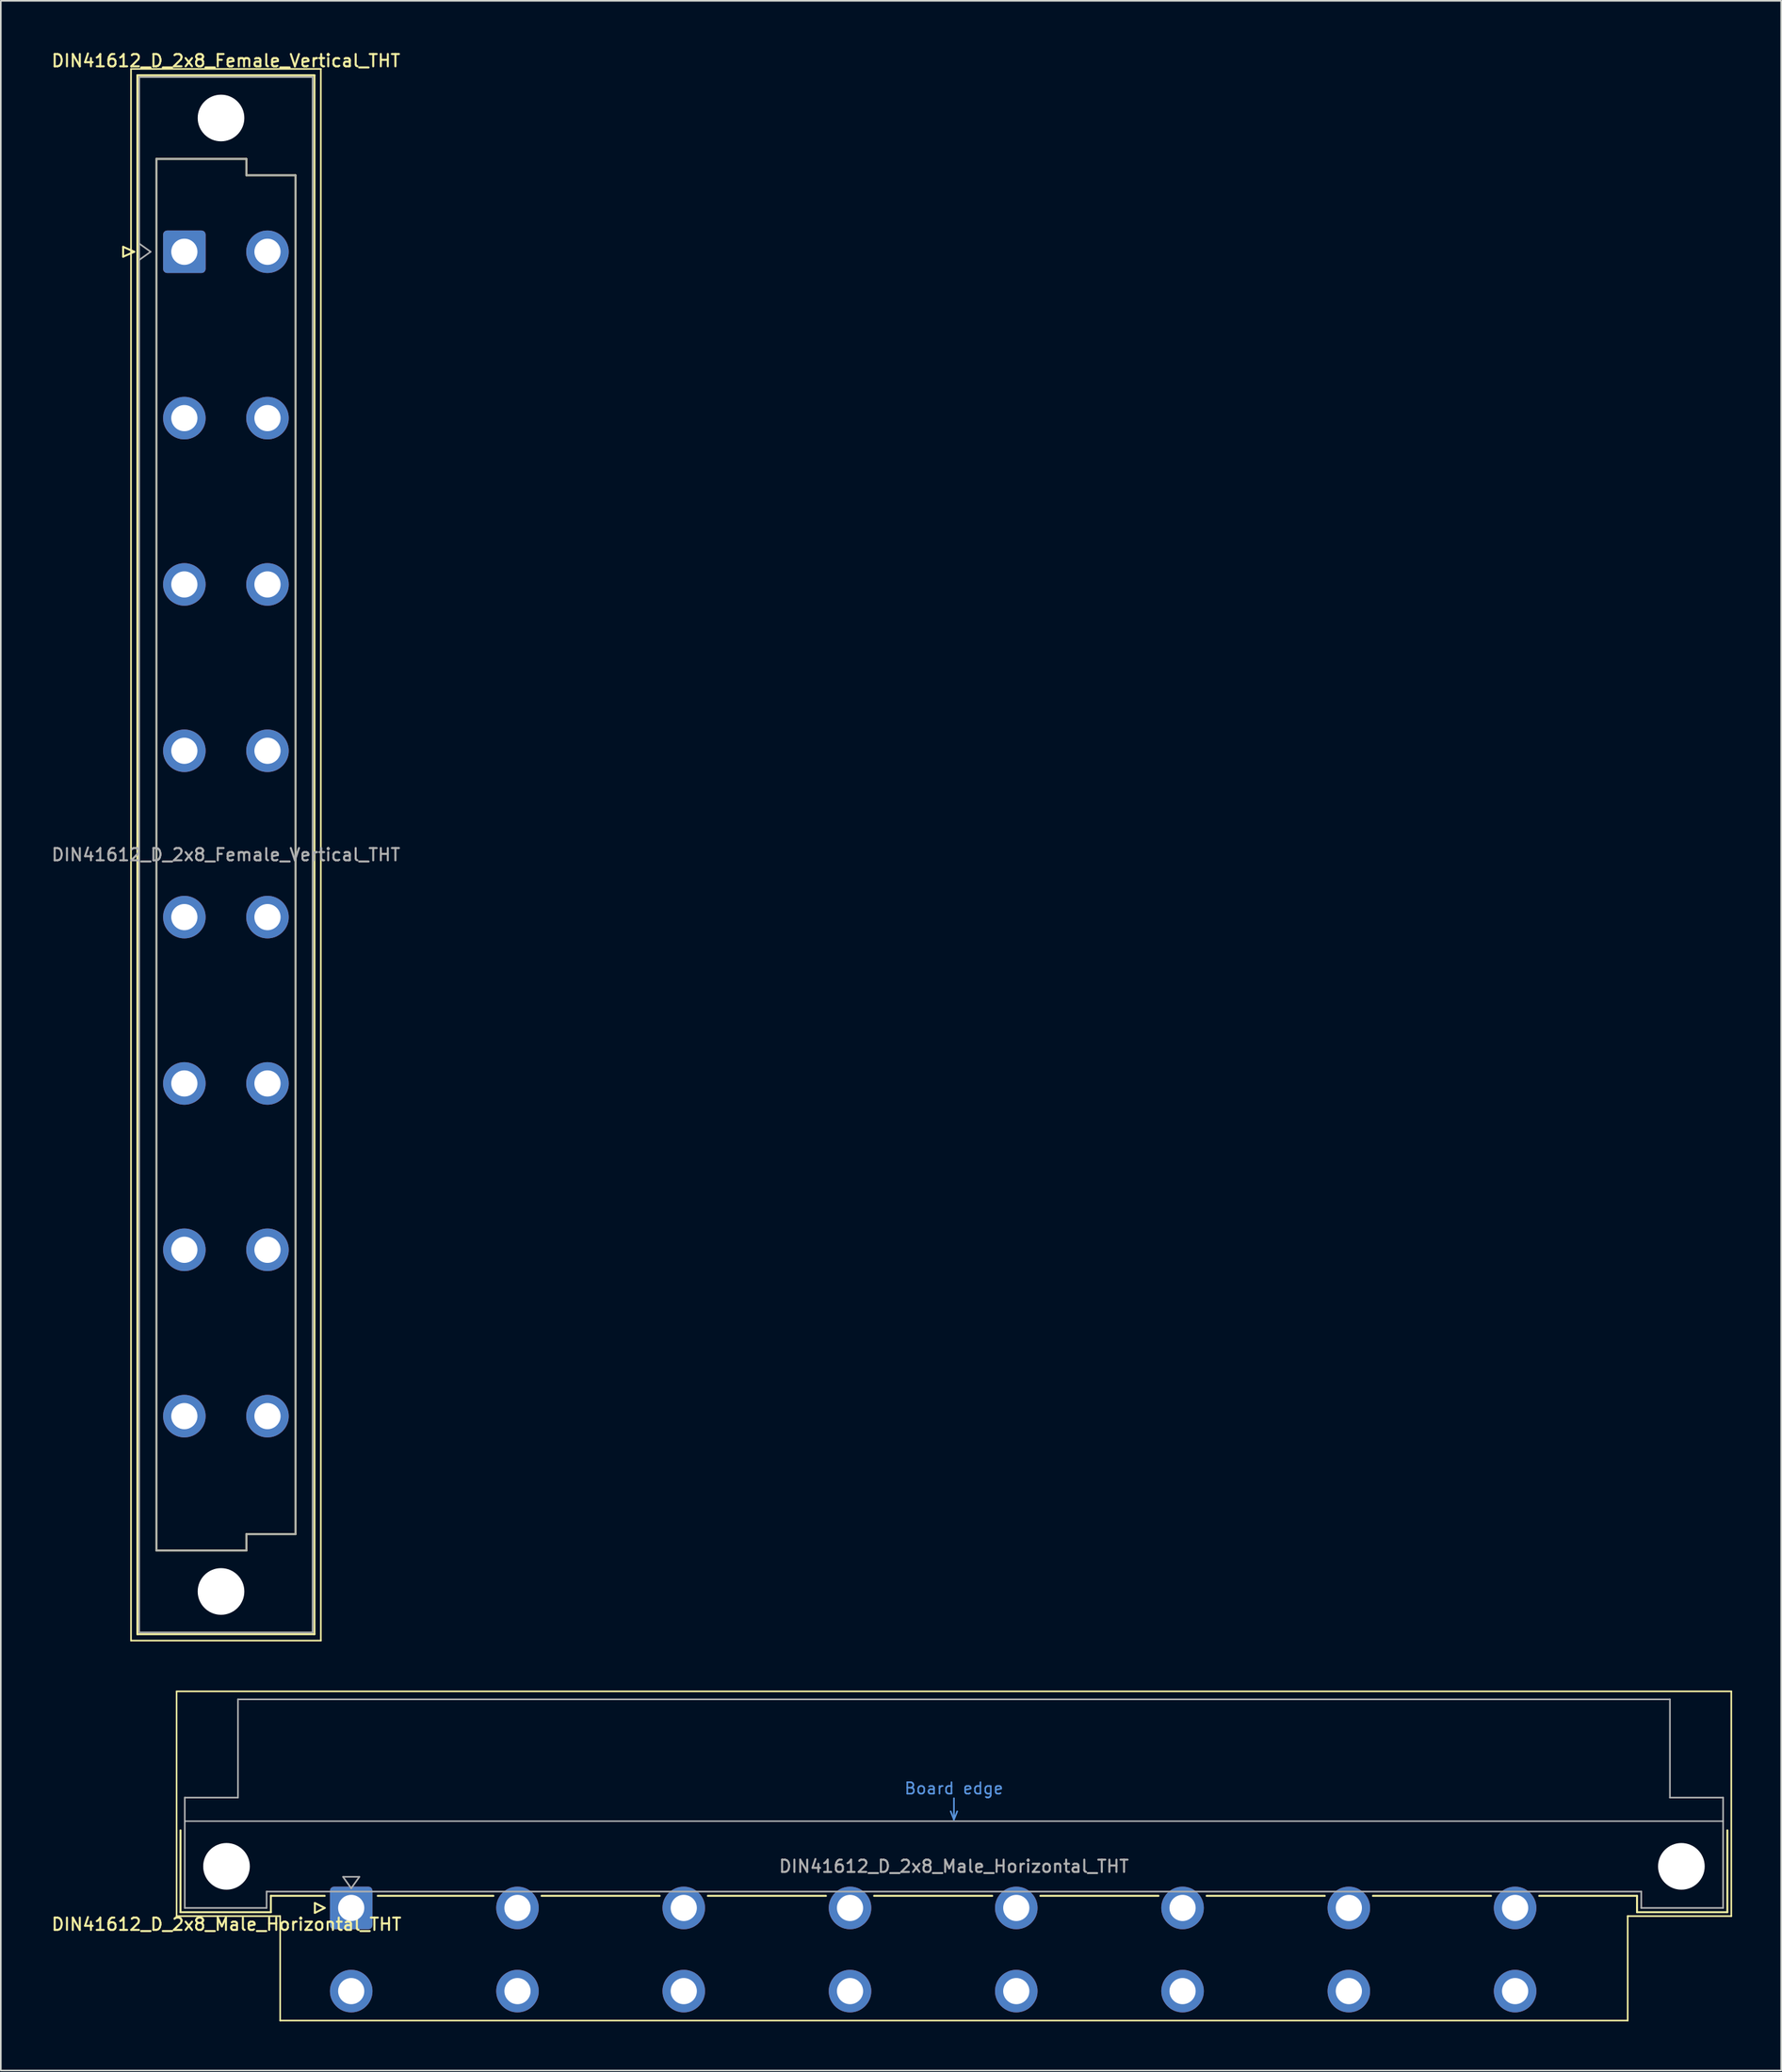
<source format=kicad_pcb>
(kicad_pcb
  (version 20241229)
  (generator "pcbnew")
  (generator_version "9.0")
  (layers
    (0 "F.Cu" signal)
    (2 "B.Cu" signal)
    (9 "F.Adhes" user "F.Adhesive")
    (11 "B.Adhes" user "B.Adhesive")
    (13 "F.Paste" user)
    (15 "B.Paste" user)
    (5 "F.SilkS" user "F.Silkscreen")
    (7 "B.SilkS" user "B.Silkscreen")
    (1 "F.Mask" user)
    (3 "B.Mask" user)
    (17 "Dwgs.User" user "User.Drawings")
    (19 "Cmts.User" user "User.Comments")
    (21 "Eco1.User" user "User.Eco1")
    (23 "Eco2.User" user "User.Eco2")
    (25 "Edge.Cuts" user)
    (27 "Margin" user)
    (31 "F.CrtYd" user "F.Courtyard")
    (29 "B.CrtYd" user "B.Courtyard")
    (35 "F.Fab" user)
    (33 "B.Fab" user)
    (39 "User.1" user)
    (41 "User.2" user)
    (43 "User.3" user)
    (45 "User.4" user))
  (footprint "DIN41612_D_2x8_Male_Horizontal_THT"
    (layer "F.Cu")
    (at 15.871 113.488)
    (property "Reference" "DIN41612_D_2x8_Male_Horizontal_THT" (at -5.08 1 0) (layer "F.SilkS") (effects (font (size 0.75 0.75) (thickness 0.125))))
    (attr through_hole)
    (fp_line (start -8.13 -13.23) (end -8.13 0.5) (stroke (width 0.1) (type solid)) (layer "F.SilkS"))
    (fp_line (start -8.13 0.5) (end -1.8 0.5) (stroke (width 0.1) (type solid)) (layer "F.SilkS"))
    (fp_line (start -7.89 -4.74) (end -7.89 0.26) (stroke (width 0.12) (type solid)) (layer "F.SilkS"))
    (fp_line (start -7.89 0.26) (end -2.37 0.26) (stroke (width 0.12) (type solid)) (layer "F.SilkS"))
    (fp_line (start -2.371 -0.74) (end 0.92 -0.74) (stroke (width 0.12) (type solid)) (layer "F.SilkS"))
    (fp_line (start -2.37 0.26) (end -2.37 -0.74) (stroke (width 0.12) (type solid)) (layer "F.SilkS"))
    (fp_line (start -1.8 0.5) (end -1.8 6.88) (stroke (width 0.1) (type solid)) (layer "F.SilkS"))
    (fp_line (start -1.8 6.88) (end 80.54 6.88) (stroke (width 0.1) (type solid)) (layer "F.SilkS"))
    (fp_line (start 0.32 -0.3) (end 0.32 0.3) (stroke (width 0.12) (type solid)) (layer "F.SilkS"))
    (fp_line (start 0.32 0.3) (end 0.92 0) (stroke (width 0.12) (type solid)) (layer "F.SilkS"))
    (fp_line (start 0.92 0) (end 0.32 -0.3) (stroke (width 0.12) (type solid)) (layer "F.SilkS"))
    (fp_line (start 4.16 -0.74) (end 11.229 -0.74) (stroke (width 0.12) (type solid)) (layer "F.SilkS"))
    (fp_line (start 14.172 -0.74) (end 21.389 -0.74) (stroke (width 0.12) (type solid)) (layer "F.SilkS"))
    (fp_line (start 24.332 -0.74) (end 31.549 -0.74) (stroke (width 0.12) (type solid)) (layer "F.SilkS"))
    (fp_line (start 34.492 -0.74) (end 41.709 -0.74) (stroke (width 0.12) (type solid)) (layer "F.SilkS"))
    (fp_line (start 44.652 -0.74) (end 51.869 -0.74) (stroke (width 0.12) (type solid)) (layer "F.SilkS"))
    (fp_line (start 54.812 -0.74) (end 62.029 -0.74) (stroke (width 0.12) (type solid)) (layer "F.SilkS"))
    (fp_line (start 64.972 -0.74) (end 72.189 -0.74) (stroke (width 0.12) (type solid)) (layer "F.SilkS"))
    (fp_line (start 75.132 -0.74) (end 81.11 -0.74) (stroke (width 0.12) (type solid)) (layer "F.SilkS"))
    (fp_line (start 80.54 0.5) (end 86.87 0.5) (stroke (width 0.1) (type solid)) (layer "F.SilkS"))
    (fp_line (start 80.54 6.88) (end 80.54 0.5) (stroke (width 0.1) (type solid)) (layer "F.SilkS"))
    (fp_line (start 81.11 0.26) (end 81.11 -0.74) (stroke (width 0.12) (type solid)) (layer "F.SilkS"))
    (fp_line (start 86.63 -4.74) (end 86.63 0.26) (stroke (width 0.12) (type solid)) (layer "F.SilkS"))
    (fp_line (start 86.63 0.26) (end 81.11 0.26) (stroke (width 0.12) (type solid)) (layer "F.SilkS"))
    (fp_line (start 86.87 -13.23) (end -8.13 -13.23) (stroke (width 0.1) (type solid)) (layer "F.SilkS"))
    (fp_line (start 86.87 0.5) (end 86.87 -13.23) (stroke (width 0.1) (type solid)) (layer "F.SilkS"))
    (fp_line (start -7.63 -5.3) (end 86.37 -5.3) (stroke (width 0.08) (type solid)) (layer "Dwgs.User"))
    (fp_line (start 39.17 -5.9) (end 39.37 -5.4) (stroke (width 0.1) (type solid)) (layer "Cmts.User"))
    (fp_line (start 39.37 -5.4) (end 39.37 -6.7) (stroke (width 0.1) (type solid)) (layer "Cmts.User"))
    (fp_line (start 39.37 -5.4) (end 39.57 -5.9) (stroke (width 0.1) (type solid)) (layer "Cmts.User"))
    (fp_line (start -7.63 -6.74) (end -7.63 0) (stroke (width 0.1) (type solid)) (layer "F.Fab"))
    (fp_line (start -7.63 0) (end -2.63 0) (stroke (width 0.1) (type solid)) (layer "F.Fab"))
    (fp_line (start -4.38 -12.74) (end -4.38 -6.74) (stroke (width 0.1) (type solid)) (layer "F.Fab"))
    (fp_line (start -4.38 -6.74) (end -7.63 -6.74) (stroke (width 0.1) (type solid)) (layer "F.Fab"))
    (fp_line (start -2.63 -1) (end 81.37 -1) (stroke (width 0.1) (type solid)) (layer "F.Fab"))
    (fp_line (start -2.63 0) (end -2.63 -1) (stroke (width 0.1) (type solid)) (layer "F.Fab"))
    (fp_line (start 2.04 -1.9) (end 3.04 -1.9) (stroke (width 0.1) (type solid)) (layer "F.Fab"))
    (fp_line (start 2.54 -1.2) (end 2.04 -1.9) (stroke (width 0.1) (type solid)) (layer "F.Fab"))
    (fp_line (start 3.04 -1.9) (end 2.54 -1.2) (stroke (width 0.1) (type solid)) (layer "F.Fab"))
    (fp_line (start 81.37 -1) (end 81.37 0) (stroke (width 0.1) (type solid)) (layer "F.Fab"))
    (fp_line (start 81.37 0) (end 86.37 0) (stroke (width 0.1) (type solid)) (layer "F.Fab"))
    (fp_line (start 83.12 -12.74) (end -4.38 -12.74) (stroke (width 0.1) (type solid)) (layer "F.Fab"))
    (fp_line (start 83.12 -6.74) (end 83.12 -12.74) (stroke (width 0.1) (type solid)) (layer "F.Fab"))
    (fp_line (start 86.37 -6.74) (end 83.12 -6.74) (stroke (width 0.1) (type solid)) (layer "F.Fab"))
    (fp_line (start 86.37 0) (end 86.37 -6.74) (stroke (width 0.1) (type solid)) (layer "F.Fab"))
    (fp_text user "Board edge" (at 39.37 -7.3 0) (layer "Cmts.User") (effects (font (size 0.7 0.7) (thickness 0.1))))
    (fp_text user "${REFERENCE}" (at 39.37 -2.54 0) (layer "F.Fab") (effects (font (size 0.75 0.75) (thickness 0.125))))
    (pad "" np_thru_hole circle (at -5.08 -2.54) (size 2.85 2.85) (drill 2.85) (layers "*.Cu" "*.Mask"))
    (pad "" np_thru_hole circle (at 83.82 -2.54) (size 2.85 2.85) (drill 2.85) (layers "*.Cu" "*.Mask"))
    (pad "a2" thru_hole roundrect (at 2.54 0) (size 2.6 2.6) (drill 1.6) (layers "*.Cu" "*.Mask") (roundrect_rratio 0.096))
    (pad "a6" thru_hole circle (at 12.7 0) (size 2.6 2.6) (drill 1.6) (layers "*.Cu" "*.Mask"))
    (pad "a10" thru_hole circle (at 22.86 0) (size 2.6 2.6) (drill 1.6) (layers "*.Cu" "*.Mask"))
    (pad "a14" thru_hole circle (at 33.02 0) (size 2.6 2.6) (drill 1.6) (layers "*.Cu" "*.Mask"))
    (pad "a18" thru_hole circle (at 43.18 0) (size 2.6 2.6) (drill 1.6) (layers "*.Cu" "*.Mask"))
    (pad "a22" thru_hole circle (at 53.34 0) (size 2.6 2.6) (drill 1.6) (layers "*.Cu" "*.Mask"))
    (pad "a26" thru_hole circle (at 63.5 0) (size 2.6 2.6) (drill 1.6) (layers "*.Cu" "*.Mask"))
    (pad "a30" thru_hole circle (at 73.66 0) (size 2.6 2.6) (drill 1.6) (layers "*.Cu" "*.Mask"))
    (pad "c2" thru_hole circle (at 2.54 5.08) (size 2.6 2.6) (drill 1.6) (layers "*.Cu" "*.Mask"))
    (pad "c6" thru_hole circle (at 12.7 5.08) (size 2.6 2.6) (drill 1.6) (layers "*.Cu" "*.Mask"))
    (pad "c10" thru_hole circle (at 22.86 5.08) (size 2.6 2.6) (drill 1.6) (layers "*.Cu" "*.Mask"))
    (pad "c14" thru_hole circle (at 33.02 5.08) (size 2.6 2.6) (drill 1.6) (layers "*.Cu" "*.Mask"))
    (pad "c18" thru_hole circle (at 43.18 5.08) (size 2.6 2.6) (drill 1.6) (layers "*.Cu" "*.Mask"))
    (pad "c22" thru_hole circle (at 53.34 5.08) (size 2.6 2.6) (drill 1.6) (layers "*.Cu" "*.Mask"))
    (pad "c26" thru_hole circle (at 63.5 5.08) (size 2.6 2.6) (drill 1.6) (layers "*.Cu" "*.Mask"))
    (pad "c30" thru_hole circle (at 73.66 5.08) (size 2.6 2.6) (drill 1.6) (layers "*.Cu" "*.Mask")))
  (footprint "DIN41612_D_2x8_Female_Vertical_THT"
    (layer "F.Cu")
    (at 8.215 9.788)
    (property "Reference" "DIN41612_D_2x8_Female_Vertical_THT" (at 2.54 -9.13 0) (layer "F.SilkS") (effects (font (size 0.75 0.75) (thickness 0.125))))
    (attr through_hole)
    (fp_line (start -3.74 2.24) (end -3.74 2.84) (stroke (width 0.12) (type solid)) (layer "F.SilkS"))
    (fp_line (start -3.74 2.84) (end -3.06 2.54) (stroke (width 0.12) (type solid)) (layer "F.SilkS"))
    (fp_line (start -3.26 -8.63) (end 8.34 -8.63) (stroke (width 0.1) (type solid)) (layer "F.SilkS"))
    (fp_line (start -3.26 87.37) (end -3.26 -8.63) (stroke (width 0.1) (type solid)) (layer "F.SilkS"))
    (fp_line (start -3.06 2.54) (end -3.74 2.24) (stroke (width 0.12) (type solid)) (layer "F.SilkS"))
    (fp_line (start -2.87 -8.24) (end 7.95 -8.24) (stroke (width 0.12) (type solid)) (layer "F.SilkS"))
    (fp_line (start -2.87 86.98) (end -2.87 -8.24) (stroke (width 0.12) (type solid)) (layer "F.SilkS"))
    (fp_line (start -1.71 -3.131) (end 3.79 -3.131) (stroke (width 0.12) (type solid)) (layer "F.SilkS"))
    (fp_line (start -1.71 81.87) (end -1.71 -3.131) (stroke (width 0.12) (type solid)) (layer "F.SilkS"))
    (fp_line (start 3.79 -3.131) (end 3.79 -2.131) (stroke (width 0.12) (type solid)) (layer "F.SilkS"))
    (fp_line (start 3.79 -2.131) (end 6.79 -2.131) (stroke (width 0.12) (type solid)) (layer "F.SilkS"))
    (fp_line (start 3.79 80.87) (end 3.79 81.87) (stroke (width 0.12) (type solid)) (layer "F.SilkS"))
    (fp_line (start 3.79 81.87) (end -1.71 81.87) (stroke (width 0.12) (type solid)) (layer "F.SilkS"))
    (fp_line (start 6.79 -2.131) (end 6.79 80.87) (stroke (width 0.12) (type solid)) (layer "F.SilkS"))
    (fp_line (start 6.79 80.87) (end 3.79 80.87) (stroke (width 0.12) (type solid)) (layer "F.SilkS"))
    (fp_line (start 7.95 -8.24) (end 7.95 86.98) (stroke (width 0.12) (type solid)) (layer "F.SilkS"))
    (fp_line (start 7.95 86.98) (end -2.87 86.98) (stroke (width 0.12) (type solid)) (layer "F.SilkS"))
    (fp_line (start 8.34 -8.63) (end 8.34 87.37) (stroke (width 0.1) (type solid)) (layer "F.SilkS"))
    (fp_line (start 8.34 87.37) (end -3.26 87.37) (stroke (width 0.1) (type solid)) (layer "F.SilkS"))
    (fp_line (start -2.76 -8.13) (end 7.84 -8.13) (stroke (width 0.1) (type solid)) (layer "F.Fab"))
    (fp_line (start -2.76 2.04) (end -2.06 2.54) (stroke (width 0.1) (type solid)) (layer "F.Fab"))
    (fp_line (start -2.76 86.87) (end -2.76 -8.13) (stroke (width 0.1) (type solid)) (layer "F.Fab"))
    (fp_line (start -2.06 2.54) (end -2.76 3.04) (stroke (width 0.1) (type solid)) (layer "F.Fab"))
    (fp_line (start -1.71 -3.13) (end 3.79 -3.13) (stroke (width 0.1) (type solid)) (layer "F.Fab"))
    (fp_line (start -1.71 81.87) (end -1.71 -3.13) (stroke (width 0.1) (type solid)) (layer "F.Fab"))
    (fp_line (start 3.79 -3.13) (end 3.79 -2.13) (stroke (width 0.1) (type solid)) (layer "F.Fab"))
    (fp_line (start 3.79 -2.13) (end 6.79 -2.13) (stroke (width 0.1) (type solid)) (layer "F.Fab"))
    (fp_line (start 3.79 80.87) (end 3.79 81.87) (stroke (width 0.1) (type solid)) (layer "F.Fab"))
    (fp_line (start 3.79 81.87) (end -1.71 81.87) (stroke (width 0.1) (type solid)) (layer "F.Fab"))
    (fp_line (start 6.79 -2.13) (end 6.79 80.87) (stroke (width 0.1) (type solid)) (layer "F.Fab"))
    (fp_line (start 6.79 80.87) (end 3.79 80.87) (stroke (width 0.1) (type solid)) (layer "F.Fab"))
    (fp_line (start 7.84 -8.13) (end 7.84 86.87) (stroke (width 0.1) (type solid)) (layer "F.Fab"))
    (fp_line (start 7.84 86.87) (end -2.76 86.87) (stroke (width 0.1) (type solid)) (layer "F.Fab"))
    (fp_text user "${REFERENCE}" (at 2.54 39.37 0) (layer "F.Fab") (effects (font (size 0.75 0.75) (thickness 0.125))))
    (pad "" np_thru_hole circle (at 2.24 -5.63) (size 2.85 2.85) (drill 2.85) (layers "*.Cu" "*.Mask"))
    (pad "" np_thru_hole circle (at 2.24 84.37) (size 2.85 2.85) (drill 2.85) (layers "*.Cu" "*.Mask"))
    (pad "a2" thru_hole roundrect (at 0 2.54) (size 2.6 2.6) (drill 1.6) (layers "*.Cu" "*.Mask") (roundrect_rratio 0.096))
    (pad "a6" thru_hole circle (at 0 12.7) (size 2.6 2.6) (drill 1.6) (layers "*.Cu" "*.Mask"))
    (pad "a10" thru_hole circle (at 0 22.86) (size 2.6 2.6) (drill 1.6) (layers "*.Cu" "*.Mask"))
    (pad "a14" thru_hole circle (at 0 33.02) (size 2.6 2.6) (drill 1.6) (layers "*.Cu" "*.Mask"))
    (pad "a18" thru_hole circle (at 0 43.18) (size 2.6 2.6) (drill 1.6) (layers "*.Cu" "*.Mask"))
    (pad "a22" thru_hole circle (at 0 53.34) (size 2.6 2.6) (drill 1.6) (layers "*.Cu" "*.Mask"))
    (pad "a26" thru_hole circle (at 0 63.5) (size 2.6 2.6) (drill 1.6) (layers "*.Cu" "*.Mask"))
    (pad "a30" thru_hole circle (at 0 73.66) (size 2.6 2.6) (drill 1.6) (layers "*.Cu" "*.Mask"))
    (pad "c2" thru_hole circle (at 5.08 2.54) (size 2.6 2.6) (drill 1.6) (layers "*.Cu" "*.Mask"))
    (pad "c6" thru_hole circle (at 5.08 12.7) (size 2.6 2.6) (drill 1.6) (layers "*.Cu" "*.Mask"))
    (pad "c10" thru_hole circle (at 5.08 22.86) (size 2.6 2.6) (drill 1.6) (layers "*.Cu" "*.Mask"))
    (pad "c14" thru_hole circle (at 5.08 33.02) (size 2.6 2.6) (drill 1.6) (layers "*.Cu" "*.Mask"))
    (pad "c18" thru_hole circle (at 5.08 43.18) (size 2.6 2.6) (drill 1.6) (layers "*.Cu" "*.Mask"))
    (pad "c22" thru_hole circle (at 5.08 53.34) (size 2.6 2.6) (drill 1.6) (layers "*.Cu" "*.Mask"))
    (pad "c26" thru_hole circle (at 5.08 63.5) (size 2.6 2.6) (drill 1.6) (layers "*.Cu" "*.Mask"))
    (pad "c30" thru_hole circle (at 5.08 73.66) (size 2.6 2.6) (drill 1.6) (layers "*.Cu" "*.Mask")))
  (gr_rect
    (start -3 -3)
    (end 105.791 123.418)
    (stroke (width 0.1) (type default))
    (fill no)
    (layer "Edge.Cuts")))
</source>
